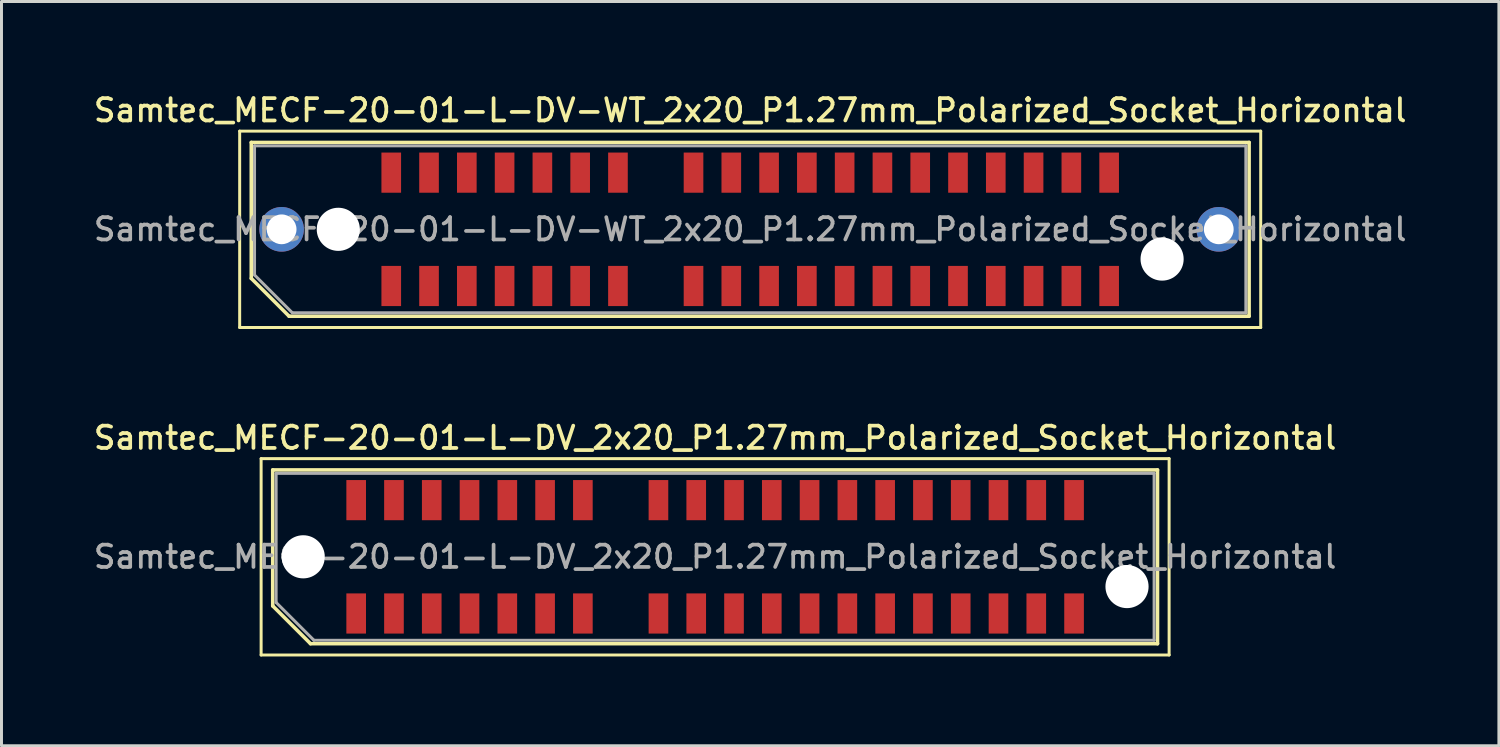
<source format=kicad_pcb>
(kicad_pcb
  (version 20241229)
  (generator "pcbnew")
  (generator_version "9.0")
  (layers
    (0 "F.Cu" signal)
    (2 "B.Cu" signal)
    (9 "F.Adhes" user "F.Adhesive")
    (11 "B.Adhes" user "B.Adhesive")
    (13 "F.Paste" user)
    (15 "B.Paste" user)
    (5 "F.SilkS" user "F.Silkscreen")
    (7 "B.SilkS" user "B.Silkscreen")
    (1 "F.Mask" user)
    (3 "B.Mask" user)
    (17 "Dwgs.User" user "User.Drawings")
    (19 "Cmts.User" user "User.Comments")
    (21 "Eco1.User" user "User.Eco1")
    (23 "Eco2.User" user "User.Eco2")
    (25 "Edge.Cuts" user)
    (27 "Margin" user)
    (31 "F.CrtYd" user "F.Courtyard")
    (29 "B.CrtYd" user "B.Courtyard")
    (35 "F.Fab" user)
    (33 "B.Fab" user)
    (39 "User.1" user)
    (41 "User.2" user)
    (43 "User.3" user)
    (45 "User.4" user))
  (footprint "Samtec_MECF-20-01-L-DV-WT_2x20_P1.27mm_Polarized_Socket_Horizontal"
    (layer "F.Cu")
    (at 22.166 4.658)
    (property "Reference" "Samtec_MECF-20-01-L-DV-WT_2x20_P1.27mm_Polarized_Socket_Horizontal" (at 0 -4 0) (layer "F.SilkS") (effects (font (size 0.75 0.75) (thickness 0.125))))
    (attr smd)
    (fp_line (start -17.16 -3.3) (end -17.16 3.3) (stroke (width 0.1) (type solid)) (layer "F.SilkS"))
    (fp_line (start -17.16 3.3) (end 17.16 3.3) (stroke (width 0.1) (type solid)) (layer "F.SilkS"))
    (fp_line (start -16.77 -2.92) (end 16.77 -2.92) (stroke (width 0.12) (type solid)) (layer "F.SilkS"))
    (fp_line (start -16.77 1.65) (end -16.77 -2.92) (stroke (width 0.12) (type solid)) (layer "F.SilkS"))
    (fp_line (start -15.5 2.92) (end -16.77 1.65) (stroke (width 0.12) (type solid)) (layer "F.SilkS"))
    (fp_line (start -15.5 2.92) (end 16.77 2.92) (stroke (width 0.12) (type solid)) (layer "F.SilkS"))
    (fp_line (start 16.77 2.92) (end 16.77 -2.92) (stroke (width 0.12) (type solid)) (layer "F.SilkS"))
    (fp_line (start 17.16 -3.3) (end -17.16 -3.3) (stroke (width 0.1) (type solid)) (layer "F.SilkS"))
    (fp_line (start 17.16 3.3) (end 17.16 -3.3) (stroke (width 0.1) (type solid)) (layer "F.SilkS"))
    (fp_line (start -16.66 -2.805) (end 16.66 -2.805) (stroke (width 0.1) (type solid)) (layer "F.Fab"))
    (fp_line (start -16.66 1.535) (end -16.66 -2.805) (stroke (width 0.1) (type solid)) (layer "F.Fab"))
    (fp_line (start -16.66 1.535) (end -15.39 2.805) (stroke (width 0.1) (type solid)) (layer "F.Fab"))
    (fp_line (start -15.39 2.805) (end 16.66 2.805) (stroke (width 0.1) (type solid)) (layer "F.Fab"))
    (fp_line (start 16.66 2.805) (end 16.66 -2.805) (stroke (width 0.1) (type solid)) (layer "F.Fab"))
    (fp_text user "${REFERENCE}" (at 0 0 0) (layer "F.Fab") (effects (font (size 0.75 0.75) (thickness 0.125))))
    (pad "" thru_hole circle (at -15.75 0) (size 1.5 1.5) (drill 1) (layers "*.Cu" "*.Mask"))
    (pad "" np_thru_hole circle (at -13.845 0) (size 1.45 1.45) (drill 1.45) (layers "*.Cu" "*.Mask"))
    (pad "" np_thru_hole circle (at 13.845 1) (size 1.45 1.45) (drill 1.45) (layers "*.Cu" "*.Mask"))
    (pad "" thru_hole circle (at 15.75 0) (size 1.5 1.5) (drill 1) (layers "*.Cu" "*.Mask"))
    (pad "1" smd rect (at -12.065 1.905) (size 0.66 1.35) (layers "F.Cu" "F.Mask" "F.Paste"))
    (pad "2" smd rect (at -12.065 -1.905) (size 0.66 1.35) (layers "F.Cu" "F.Mask" "F.Paste"))
    (pad "3" smd rect (at -10.795 1.905) (size 0.66 1.35) (layers "F.Cu" "F.Mask" "F.Paste"))
    (pad "4" smd rect (at -10.795 -1.905) (size 0.66 1.35) (layers "F.Cu" "F.Mask" "F.Paste"))
    (pad "5" smd rect (at -9.525 1.905) (size 0.66 1.35) (layers "F.Cu" "F.Mask" "F.Paste"))
    (pad "6" smd rect (at -9.525 -1.905) (size 0.66 1.35) (layers "F.Cu" "F.Mask" "F.Paste"))
    (pad "7" smd rect (at -8.255 1.905) (size 0.66 1.35) (layers "F.Cu" "F.Mask" "F.Paste"))
    (pad "8" smd rect (at -8.255 -1.905) (size 0.66 1.35) (layers "F.Cu" "F.Mask" "F.Paste"))
    (pad "9" smd rect (at -6.985 1.905) (size 0.66 1.35) (layers "F.Cu" "F.Mask" "F.Paste"))
    (pad "10" smd rect (at -6.985 -1.905) (size 0.66 1.35) (layers "F.Cu" "F.Mask" "F.Paste"))
    (pad "11" smd rect (at -5.715 1.905) (size 0.66 1.35) (layers "F.Cu" "F.Mask" "F.Paste"))
    (pad "12" smd rect (at -5.715 -1.905) (size 0.66 1.35) (layers "F.Cu" "F.Mask" "F.Paste"))
    (pad "13" smd rect (at -4.445 1.905) (size 0.66 1.35) (layers "F.Cu" "F.Mask" "F.Paste"))
    (pad "14" smd rect (at -4.445 -1.905) (size 0.66 1.35) (layers "F.Cu" "F.Mask" "F.Paste"))
    (pad "17" smd rect (at -1.905 1.905) (size 0.66 1.35) (layers "F.Cu" "F.Mask" "F.Paste"))
    (pad "18" smd rect (at -1.905 -1.905) (size 0.66 1.35) (layers "F.Cu" "F.Mask" "F.Paste"))
    (pad "19" smd rect (at -0.635 1.905) (size 0.66 1.35) (layers "F.Cu" "F.Mask" "F.Paste"))
    (pad "20" smd rect (at -0.635 -1.905) (size 0.66 1.35) (layers "F.Cu" "F.Mask" "F.Paste"))
    (pad "21" smd rect (at 0.635 1.905) (size 0.66 1.35) (layers "F.Cu" "F.Mask" "F.Paste"))
    (pad "22" smd rect (at 0.635 -1.905) (size 0.66 1.35) (layers "F.Cu" "F.Mask" "F.Paste"))
    (pad "23" smd rect (at 1.905 1.905) (size 0.66 1.35) (layers "F.Cu" "F.Mask" "F.Paste"))
    (pad "24" smd rect (at 1.905 -1.905) (size 0.66 1.35) (layers "F.Cu" "F.Mask" "F.Paste"))
    (pad "25" smd rect (at 3.175 1.905) (size 0.66 1.35) (layers "F.Cu" "F.Mask" "F.Paste"))
    (pad "26" smd rect (at 3.175 -1.905) (size 0.66 1.35) (layers "F.Cu" "F.Mask" "F.Paste"))
    (pad "27" smd rect (at 4.445 1.905) (size 0.66 1.35) (layers "F.Cu" "F.Mask" "F.Paste"))
    (pad "28" smd rect (at 4.445 -1.905) (size 0.66 1.35) (layers "F.Cu" "F.Mask" "F.Paste"))
    (pad "29" smd rect (at 5.715 1.905) (size 0.66 1.35) (layers "F.Cu" "F.Mask" "F.Paste"))
    (pad "30" smd rect (at 5.715 -1.905) (size 0.66 1.35) (layers "F.Cu" "F.Mask" "F.Paste"))
    (pad "31" smd rect (at 6.985 1.905) (size 0.66 1.35) (layers "F.Cu" "F.Mask" "F.Paste"))
    (pad "32" smd rect (at 6.985 -1.905) (size 0.66 1.35) (layers "F.Cu" "F.Mask" "F.Paste"))
    (pad "33" smd rect (at 8.255 1.905) (size 0.66 1.35) (layers "F.Cu" "F.Mask" "F.Paste"))
    (pad "34" smd rect (at 8.255 -1.905) (size 0.66 1.35) (layers "F.Cu" "F.Mask" "F.Paste"))
    (pad "35" smd rect (at 9.525 1.905) (size 0.66 1.35) (layers "F.Cu" "F.Mask" "F.Paste"))
    (pad "36" smd rect (at 9.525 -1.905) (size 0.66 1.35) (layers "F.Cu" "F.Mask" "F.Paste"))
    (pad "37" smd rect (at 10.795 1.905) (size 0.66 1.35) (layers "F.Cu" "F.Mask" "F.Paste"))
    (pad "38" smd rect (at 10.795 -1.905) (size 0.66 1.35) (layers "F.Cu" "F.Mask" "F.Paste"))
    (pad "39" smd rect (at 12.065 1.905) (size 0.66 1.35) (layers "F.Cu" "F.Mask" "F.Paste"))
    (pad "40" smd rect (at 12.065 -1.905) (size 0.66 1.35) (layers "F.Cu" "F.Mask" "F.Paste")))
  (footprint "Samtec_MECF-20-01-L-DV_2x20_P1.27mm_Polarized_Socket_Horizontal"
    (layer "F.Cu")
    (at 20.987 15.666)
    (property "Reference" "Samtec_MECF-20-01-L-DV_2x20_P1.27mm_Polarized_Socket_Horizontal" (at 0 -4 0) (layer "F.SilkS") (effects (font (size 0.75 0.75) (thickness 0.125))))
    (attr smd)
    (fp_line (start -15.26 -3.3) (end -15.26 3.3) (stroke (width 0.1) (type solid)) (layer "F.SilkS"))
    (fp_line (start -15.26 3.3) (end 15.26 3.3) (stroke (width 0.1) (type solid)) (layer "F.SilkS"))
    (fp_line (start -14.87 -2.92) (end 14.87 -2.92) (stroke (width 0.12) (type solid)) (layer "F.SilkS"))
    (fp_line (start -14.87 1.65) (end -14.87 -2.92) (stroke (width 0.12) (type solid)) (layer "F.SilkS"))
    (fp_line (start -13.6 2.92) (end -14.87 1.65) (stroke (width 0.12) (type solid)) (layer "F.SilkS"))
    (fp_line (start -13.6 2.92) (end 14.87 2.92) (stroke (width 0.12) (type solid)) (layer "F.SilkS"))
    (fp_line (start 14.87 2.92) (end 14.87 -2.92) (stroke (width 0.12) (type solid)) (layer "F.SilkS"))
    (fp_line (start 15.26 -3.3) (end -15.26 -3.3) (stroke (width 0.1) (type solid)) (layer "F.SilkS"))
    (fp_line (start 15.26 3.3) (end 15.26 -3.3) (stroke (width 0.1) (type solid)) (layer "F.SilkS"))
    (fp_line (start -14.755 -2.805) (end 14.755 -2.805) (stroke (width 0.1) (type solid)) (layer "F.Fab"))
    (fp_line (start -14.755 1.535) (end -14.755 -2.805) (stroke (width 0.1) (type solid)) (layer "F.Fab"))
    (fp_line (start -14.755 1.535) (end -13.485 2.805) (stroke (width 0.1) (type solid)) (layer "F.Fab"))
    (fp_line (start -13.485 2.805) (end 14.755 2.805) (stroke (width 0.1) (type solid)) (layer "F.Fab"))
    (fp_line (start 14.755 2.805) (end 14.755 -2.805) (stroke (width 0.1) (type solid)) (layer "F.Fab"))
    (fp_text user "${REFERENCE}" (at 0 0 0) (layer "F.Fab") (effects (font (size 0.75 0.75) (thickness 0.125))))
    (pad "" np_thru_hole circle (at -13.845 0) (size 1.45 1.45) (drill 1.45) (layers "*.Cu" "*.Mask"))
    (pad "" np_thru_hole circle (at 13.845 1) (size 1.45 1.45) (drill 1.45) (layers "*.Cu" "*.Mask"))
    (pad "1" smd rect (at -12.065 1.905) (size 0.66 1.35) (layers "F.Cu" "F.Mask" "F.Paste"))
    (pad "2" smd rect (at -12.065 -1.905) (size 0.66 1.35) (layers "F.Cu" "F.Mask" "F.Paste"))
    (pad "3" smd rect (at -10.795 1.905) (size 0.66 1.35) (layers "F.Cu" "F.Mask" "F.Paste"))
    (pad "4" smd rect (at -10.795 -1.905) (size 0.66 1.35) (layers "F.Cu" "F.Mask" "F.Paste"))
    (pad "5" smd rect (at -9.525 1.905) (size 0.66 1.35) (layers "F.Cu" "F.Mask" "F.Paste"))
    (pad "6" smd rect (at -9.525 -1.905) (size 0.66 1.35) (layers "F.Cu" "F.Mask" "F.Paste"))
    (pad "7" smd rect (at -8.255 1.905) (size 0.66 1.35) (layers "F.Cu" "F.Mask" "F.Paste"))
    (pad "8" smd rect (at -8.255 -1.905) (size 0.66 1.35) (layers "F.Cu" "F.Mask" "F.Paste"))
    (pad "9" smd rect (at -6.985 1.905) (size 0.66 1.35) (layers "F.Cu" "F.Mask" "F.Paste"))
    (pad "10" smd rect (at -6.985 -1.905) (size 0.66 1.35) (layers "F.Cu" "F.Mask" "F.Paste"))
    (pad "11" smd rect (at -5.715 1.905) (size 0.66 1.35) (layers "F.Cu" "F.Mask" "F.Paste"))
    (pad "12" smd rect (at -5.715 -1.905) (size 0.66 1.35) (layers "F.Cu" "F.Mask" "F.Paste"))
    (pad "13" smd rect (at -4.445 1.905) (size 0.66 1.35) (layers "F.Cu" "F.Mask" "F.Paste"))
    (pad "14" smd rect (at -4.445 -1.905) (size 0.66 1.35) (layers "F.Cu" "F.Mask" "F.Paste"))
    (pad "17" smd rect (at -1.905 1.905) (size 0.66 1.35) (layers "F.Cu" "F.Mask" "F.Paste"))
    (pad "18" smd rect (at -1.905 -1.905) (size 0.66 1.35) (layers "F.Cu" "F.Mask" "F.Paste"))
    (pad "19" smd rect (at -0.635 1.905) (size 0.66 1.35) (layers "F.Cu" "F.Mask" "F.Paste"))
    (pad "20" smd rect (at -0.635 -1.905) (size 0.66 1.35) (layers "F.Cu" "F.Mask" "F.Paste"))
    (pad "21" smd rect (at 0.635 1.905) (size 0.66 1.35) (layers "F.Cu" "F.Mask" "F.Paste"))
    (pad "22" smd rect (at 0.635 -1.905) (size 0.66 1.35) (layers "F.Cu" "F.Mask" "F.Paste"))
    (pad "23" smd rect (at 1.905 1.905) (size 0.66 1.35) (layers "F.Cu" "F.Mask" "F.Paste"))
    (pad "24" smd rect (at 1.905 -1.905) (size 0.66 1.35) (layers "F.Cu" "F.Mask" "F.Paste"))
    (pad "25" smd rect (at 3.175 1.905) (size 0.66 1.35) (layers "F.Cu" "F.Mask" "F.Paste"))
    (pad "26" smd rect (at 3.175 -1.905) (size 0.66 1.35) (layers "F.Cu" "F.Mask" "F.Paste"))
    (pad "27" smd rect (at 4.445 1.905) (size 0.66 1.35) (layers "F.Cu" "F.Mask" "F.Paste"))
    (pad "28" smd rect (at 4.445 -1.905) (size 0.66 1.35) (layers "F.Cu" "F.Mask" "F.Paste"))
    (pad "29" smd rect (at 5.715 1.905) (size 0.66 1.35) (layers "F.Cu" "F.Mask" "F.Paste"))
    (pad "30" smd rect (at 5.715 -1.905) (size 0.66 1.35) (layers "F.Cu" "F.Mask" "F.Paste"))
    (pad "31" smd rect (at 6.985 1.905) (size 0.66 1.35) (layers "F.Cu" "F.Mask" "F.Paste"))
    (pad "32" smd rect (at 6.985 -1.905) (size 0.66 1.35) (layers "F.Cu" "F.Mask" "F.Paste"))
    (pad "33" smd rect (at 8.255 1.905) (size 0.66 1.35) (layers "F.Cu" "F.Mask" "F.Paste"))
    (pad "34" smd rect (at 8.255 -1.905) (size 0.66 1.35) (layers "F.Cu" "F.Mask" "F.Paste"))
    (pad "35" smd rect (at 9.525 1.905) (size 0.66 1.35) (layers "F.Cu" "F.Mask" "F.Paste"))
    (pad "36" smd rect (at 9.525 -1.905) (size 0.66 1.35) (layers "F.Cu" "F.Mask" "F.Paste"))
    (pad "37" smd rect (at 10.795 1.905) (size 0.66 1.35) (layers "F.Cu" "F.Mask" "F.Paste"))
    (pad "38" smd rect (at 10.795 -1.905) (size 0.66 1.35) (layers "F.Cu" "F.Mask" "F.Paste"))
    (pad "39" smd rect (at 12.065 1.905) (size 0.66 1.35) (layers "F.Cu" "F.Mask" "F.Paste"))
    (pad "40" smd rect (at 12.065 -1.905) (size 0.66 1.35) (layers "F.Cu" "F.Mask" "F.Paste")))
  (gr_rect
    (start -3 -3)
    (end 47.332 22.016)
    (stroke (width 0.1) (type default))
    (fill no)
    (layer "Edge.Cuts")))
</source>
